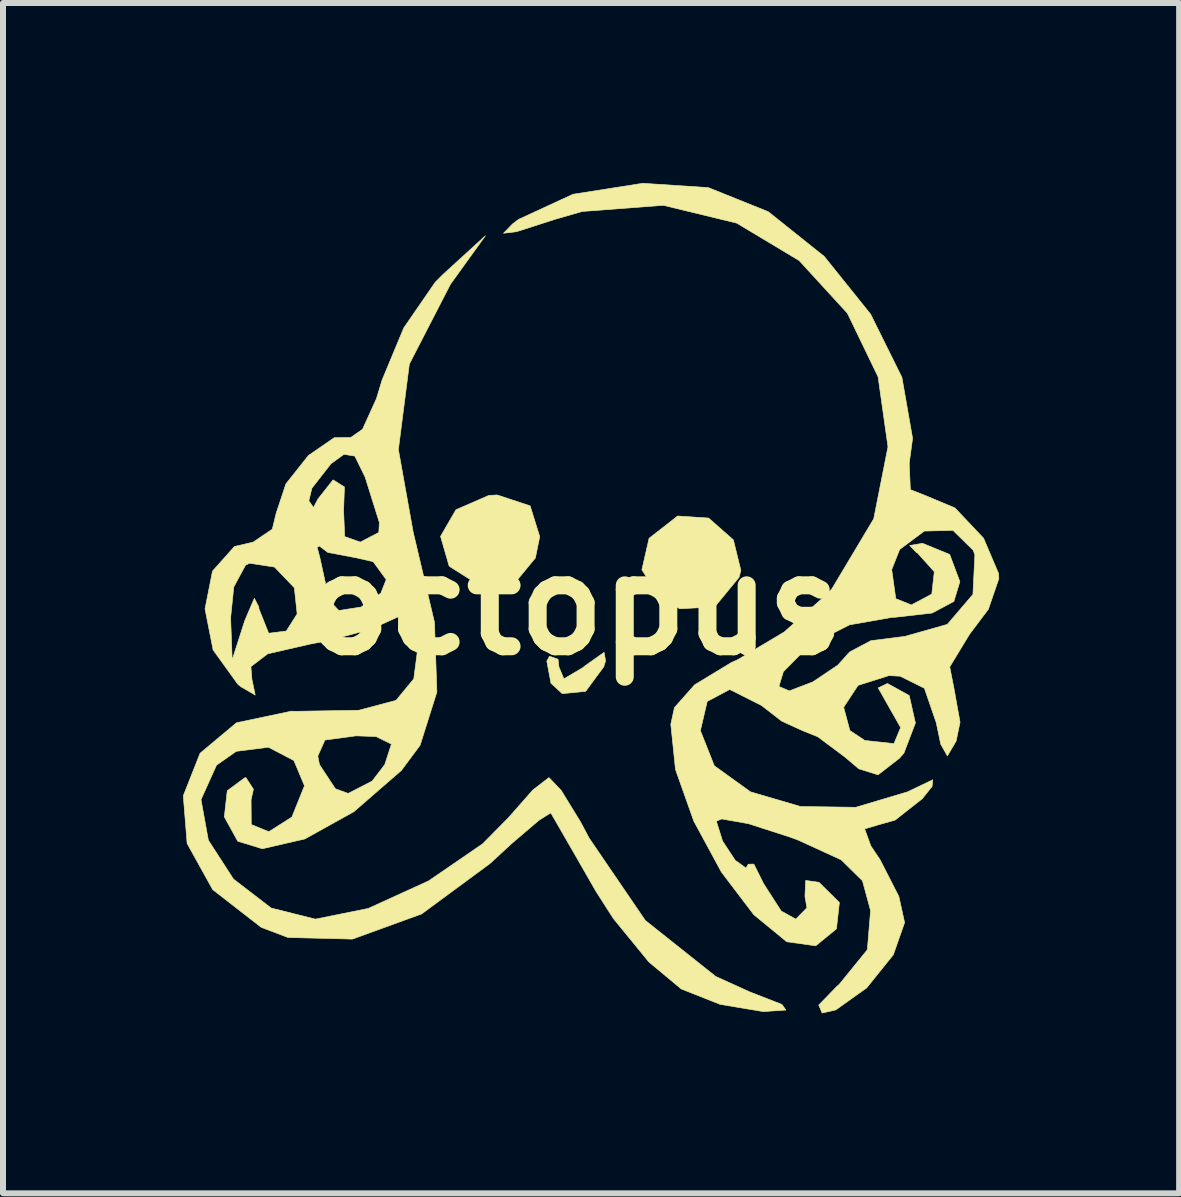
<source format=kicad_pcb>
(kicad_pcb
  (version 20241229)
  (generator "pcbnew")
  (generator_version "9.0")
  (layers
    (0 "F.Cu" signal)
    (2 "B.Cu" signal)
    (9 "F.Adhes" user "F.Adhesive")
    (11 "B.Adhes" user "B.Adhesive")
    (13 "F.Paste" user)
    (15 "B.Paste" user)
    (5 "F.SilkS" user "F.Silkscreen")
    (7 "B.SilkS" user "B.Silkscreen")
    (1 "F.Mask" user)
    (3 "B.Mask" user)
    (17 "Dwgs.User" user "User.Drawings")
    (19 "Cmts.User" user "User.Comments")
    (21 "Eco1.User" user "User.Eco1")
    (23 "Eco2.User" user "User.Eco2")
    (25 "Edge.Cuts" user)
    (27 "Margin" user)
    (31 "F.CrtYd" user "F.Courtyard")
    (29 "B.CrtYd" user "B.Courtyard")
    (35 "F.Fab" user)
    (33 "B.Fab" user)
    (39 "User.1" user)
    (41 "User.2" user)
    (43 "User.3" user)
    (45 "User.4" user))
  (footprint "octopus"
    (layer "F.Cu")
    (at 6.529 7.033)
    (property "Reference" "octopus" (at 0 0 0) (layer "F.SilkS") (effects (font (size 1.524 1.524) (thickness 0.3))))
    (attr through_hole)
    (fp_poly (pts (xy 2.232 -1.448) (xy 2.645 -1.084) (xy 2.77 -0.575) (xy 2.739 -0.46) (xy 2.335 0.032) (xy 1.753 0.064) (xy 1.423 -0.111) (xy 1.12 -0.586) (xy 1.24 -1.111) (xy 1.716 -1.482) (xy 2.232 -1.448)) (stroke (width 0.01) (type solid)) (fill yes) (layer "F.SilkS"))
    (fp_poly (pts (xy -0.743 -1.652) (xy -0.583 -1.139) (xy -0.655 -0.783) (xy -1.008 -0.355) (xy -1.548 -0.301) (xy -2.081 -0.638) (xy -2.095 -0.655) (xy -2.236 -1.143) (xy -1.979 -1.587) (xy -1.432 -1.825) (xy -1.293 -1.833) (xy -0.743 -1.652)) (stroke (width 0.01) (type solid)) (fill yes) (layer "F.SilkS"))
    (fp_poly (pts (xy 0.515 0.931) (xy 0.484 1.031) (xy 0.183 1.44) (xy -0.207 1.479) (xy -0.395 1.306) (xy -0.465 0.936) (xy -0.419 0.855) (xy -0.277 0.906) (xy -0.262 1.036) (xy -0.18 1.232) (xy 0.136 1.045) (xy 0.174 1.014) (xy 0.49 0.79) (xy 0.515 0.931)) (stroke (width 0.01) (type solid)) (fill yes) (layer "F.SilkS"))
    (fp_poly (pts (xy 2.228 -6.956) (xy 3.227 -6.554) (xy 4.159 -5.809) (xy 4.932 -4.847) (xy 5.454 -3.794) (xy 5.632 -2.776) (xy 5.576 -2.363) (xy 5.595 -1.921) (xy 5.821 -1.833) (xy 6.338 -1.617) (xy 6.815 -1.112) (xy 7.064 -0.527) (xy 7.07 -0.438) (xy 6.895 0.072) (xy 6.582 0.488) (xy 6.251 1.033) (xy 6.32 1.382) (xy 6.423 1.955) (xy 6.358 2.269) (xy 6.212 2.517) (xy 6.101 2.321) (xy 6.027 1.964) (xy 5.829 1.389) (xy 5.425 1.188) (xy 5.238 1.178) (xy 4.723 1.341) (xy 4.483 1.706) (xy 4.587 2.094) (xy 4.836 2.259) (xy 5.322 2.312) (xy 5.433 2.043) (xy 5.242 1.708) (xy 5.059 1.383) (xy 5.213 1.309) (xy 5.576 1.51) (xy 5.679 1.968) (xy 5.487 2.471) (xy 5.412 2.556) (xy 5.056 2.832) (xy 4.736 2.732) (xy 4.505 2.536) (xy 4.051 2.197) (xy 3.797 2.095) (xy 3.449 1.936) (xy 3.114 1.676) (xy 2.584 1.409) (xy 2.209 1.608) (xy 2.095 2.095) (xy 2.327 2.681) (xy 2.931 3.116) (xy 3.764 3.36) (xy 4.685 3.373) (xy 5.553 3.114) (xy 5.582 3.099) (xy 5.969 2.914) (xy 5.957 3.025) (xy 5.794 3.23) (xy 5.34 3.587) (xy 5.059 3.666) (xy 4.833 3.733) (xy 4.936 4.017) (xy 5.091 4.248) (xy 5.403 4.859) (xy 5.499 5.295) (xy 5.311 5.831) (xy 4.868 6.382) (xy 4.352 6.75) (xy 4.124 6.802) (xy 4.068 6.669) (xy 4.376 6.352) (xy 4.408 6.326) (xy 4.878 5.747) (xy 4.932 5.095) (xy 4.797 4.598) (xy 4.442 4.249) (xy 3.732 3.923) (xy 3.601 3.874) (xy 2.899 3.647) (xy 2.45 3.567) (xy 2.361 3.605) (xy 2.465 3.936) (xy 2.676 4.257) (xy 2.856 4.386) (xy 2.893 4.321) (xy 2.986 4.32) (xy 3.15 4.648) (xy 3.442 5.102) (xy 3.686 5.237) (xy 3.871 5.048) (xy 3.838 4.858) (xy 3.85 4.592) (xy 4.072 4.624) (xy 4.412 4.96) (xy 4.363 5.399) (xy 4.018 5.682) (xy 3.534 5.614) (xy 2.985 5.163) (xy 2.445 4.452) (xy 1.986 3.605) (xy 1.68 2.743) (xy 1.602 1.989) (xy 1.663 1.71) (xy 1.975 1.359) (xy 3.404 1.359) (xy 3.579 1.433) (xy 3.971 1.282) (xy 4.386 1.003) (xy 4.583 0.784) (xy 4.937 0.596) (xy 5.505 0.524) (xy 6.211 0.324) (xy 6.638 -0.176) (xy 6.67 -0.833) (xy 6.643 -0.911) (xy 6.305 -1.243) (xy 5.827 -1.231) (xy 5.417 -0.925) (xy 5.284 -0.589) (xy 5.352 -0.104) (xy 5.612 0) (xy 5.952 -0.181) (xy 5.994 -0.554) (xy 5.712 -0.867) (xy 5.695 -0.874) (xy 5.584 -0.991) (xy 5.798 -1.027) (xy 6.25 -0.842) (xy 6.42 -0.388) (xy 6.32 -0.058) (xy 5.958 0.135) (xy 5.327 0.207) (xy 5.296 0.206) (xy 4.581 0.332) (xy 3.914 0.671) (xy 3.478 1.113) (xy 3.404 1.359) (xy 1.975 1.359) (xy 2 1.331) (xy 2.613 0.959) (xy 2.714 0.914) (xy 3.491 0.452) (xy 4.216 -0.189) (xy 4.289 -0.272) (xy 4.984 -1.435) (xy 5.222 -2.636) (xy 5.057 -3.802) (xy 4.546 -4.861) (xy 3.742 -5.739) (xy 2.701 -6.364) (xy 1.476 -6.661) (xy 0.124 -6.558) (xy -0.323 -6.429) (xy -0.969 -6.221) (xy -1.187 -6.195) (xy -1.036 -6.35) (xy -0.936 -6.426) (xy -0.029 -6.845) (xy 1.135 -7.028) (xy 2.228 -6.956)) (stroke (width 0.01) (type solid)) (fill yes) (layer "F.SilkS"))
    (fp_poly (pts (xy -2.071 -5.345) (xy -2.756 -4.015) (xy -2.939 -2.59) (xy -2.693 -1.217) (xy -2.337 0.291) (xy -2.297 1.452) (xy -2.577 2.339) (xy -2.889 2.759) (xy -3.683 3.448) (xy -4.499 3.901) (xy -5.207 4.064) (xy -5.616 3.939) (xy -5.84 3.533) (xy -5.791 3.097) (xy -5.499 2.881) (xy -5.479 2.88) (xy -5.355 3.071) (xy -5.394 3.247) (xy -5.391 3.66) (xy -5.099 3.78) (xy -4.714 3.536) (xy -4.504 3.014) (xy -4.68 2.594) (xy -4.821 2.52) (xy -4.282 2.52) (xy -4.254 2.662) (xy -3.989 3.064) (xy -3.776 3.142) (xy -3.376 2.936) (xy -3.166 2.662) (xy -3.055 2.32) (xy -3.31 2.194) (xy -3.644 2.182) (xy -4.163 2.252) (xy -4.282 2.52) (xy -4.821 2.52) (xy -5.105 2.372) (xy -5.641 2.44) (xy -5.97 2.671) (xy -6.229 3.245) (xy -6.106 3.922) (xy -5.688 4.569) (xy -5.06 5.052) (xy -4.322 5.237) (xy -3.441 5.059) (xy -2.437 4.601) (xy -1.532 3.98) (xy -1.1 3.542) (xy -0.698 3.085) (xy -0.434 2.881) (xy -0.426 2.88) (xy -0.225 3.091) (xy 0.1 3.621) (xy 0.239 3.884) (xy 1.177 5.259) (xy 2.351 6.193) (xy 2.922 6.452) (xy 3.454 6.659) (xy 3.52 6.752) (xy 3.152 6.778) (xy 3.142 6.778) (xy 2.424 6.658) (xy 1.776 6.401) (xy 1.236 5.951) (xy 0.646 5.229) (xy 0.355 4.775) (xy -0.045 4.078) (xy -0.322 3.598) (xy -0.399 3.466) (xy -0.595 3.589) (xy -1.05 3.977) (xy -1.411 4.31) (xy -2.552 5.151) (xy -3.705 5.57) (xy -4.78 5.543) (xy -5.225 5.374) (xy -6.033 4.746) (xy -6.46 3.977) (xy -6.524 3.181) (xy -6.244 2.472) (xy -5.637 1.964) (xy -4.723 1.771) (xy -4.645 1.773) (xy -3.601 1.756) (xy -2.978 1.591) (xy -2.682 1.232) (xy -2.619 0.749) (xy -2.668 0.215) (xy -2.841 0.131) (xy -2.946 0.2) (xy -3.397 0.405) (xy -4.13 0.6) (xy -4.404 0.651) (xy -5.117 0.815) (xy -5.397 1.028) (xy -5.38 1.241) (xy -5.325 1.502) (xy -5.562 1.365) (xy -5.614 1.323) (xy -6.027 0.75) (xy -6.133 0.212) (xy -5.735 0.212) (xy -5.709 0.916) (xy -5.499 0.262) (xy -5.34 -0.111) (xy -5.265 0.034) (xy -5.263 0.065) (xy -5.101 0.472) (xy -4.807 0.435) (xy -4.626 0.15) (xy -4.673 -0.286) (xy -5.003 -0.631) (xy -5.418 -0.695) (xy -5.487 -0.662) (xy -5.682 -0.3) (xy -5.735 0.212) (xy -6.133 0.212) (xy -6.162 0.066) (xy -6.037 -0.564) (xy -5.681 -0.963) (xy -4.293 -0.963) (xy -4.247 -0.786) (xy -4.129 -0.248) (xy -4.115 -0.101) (xy -3.932 0.093) (xy -3.563 0.036) (xy -3.231 -0.196) (xy -3.142 -0.423) (xy -3.359 -0.721) (xy -3.644 -0.786) (xy -4.115 -0.875) (xy -4.256 -0.982) (xy -4.293 -0.963) (xy -5.681 -0.963) (xy -5.671 -0.974) (xy -5.359 -1.047) (xy -5.04 -1.263) (xy -4.975 -1.531) (xy -4.907 -1.735) (xy -4.431 -1.735) (xy -4.354 -1.624) (xy -4.278 -1.768) (xy -4.027 -2.085) (xy -3.838 -1.966) (xy -3.852 -1.571) (xy -3.834 -1.14) (xy -3.574 -1.047) (xy -3.265 -1.208) (xy -3.256 -1.375) (xy -3.494 -2.133) (xy -3.665 -2.481) (xy -3.846 -2.51) (xy -4.062 -2.354) (xy -4.381 -1.945) (xy -4.431 -1.735) (xy -4.907 -1.735) (xy -4.814 -2.017) (xy -4.438 -2.491) (xy -4.007 -2.788) (xy -3.733 -2.791) (xy -3.536 -2.928) (xy -3.304 -3.44) (xy -3.21 -3.75) (xy -2.848 -4.619) (xy -2.325 -5.378) (xy -2.202 -5.502) (xy -1.488 -6.154) (xy -2.071 -5.345)) (stroke (width 0.01) (type solid)) (fill yes) (layer "F.SilkS")))
  (gr_rect
    (start -3 -3)
    (end 16.604 16.84)
    (stroke (width 0.1) (type default))
    (fill no)
    (layer "Edge.Cuts")))
</source>
